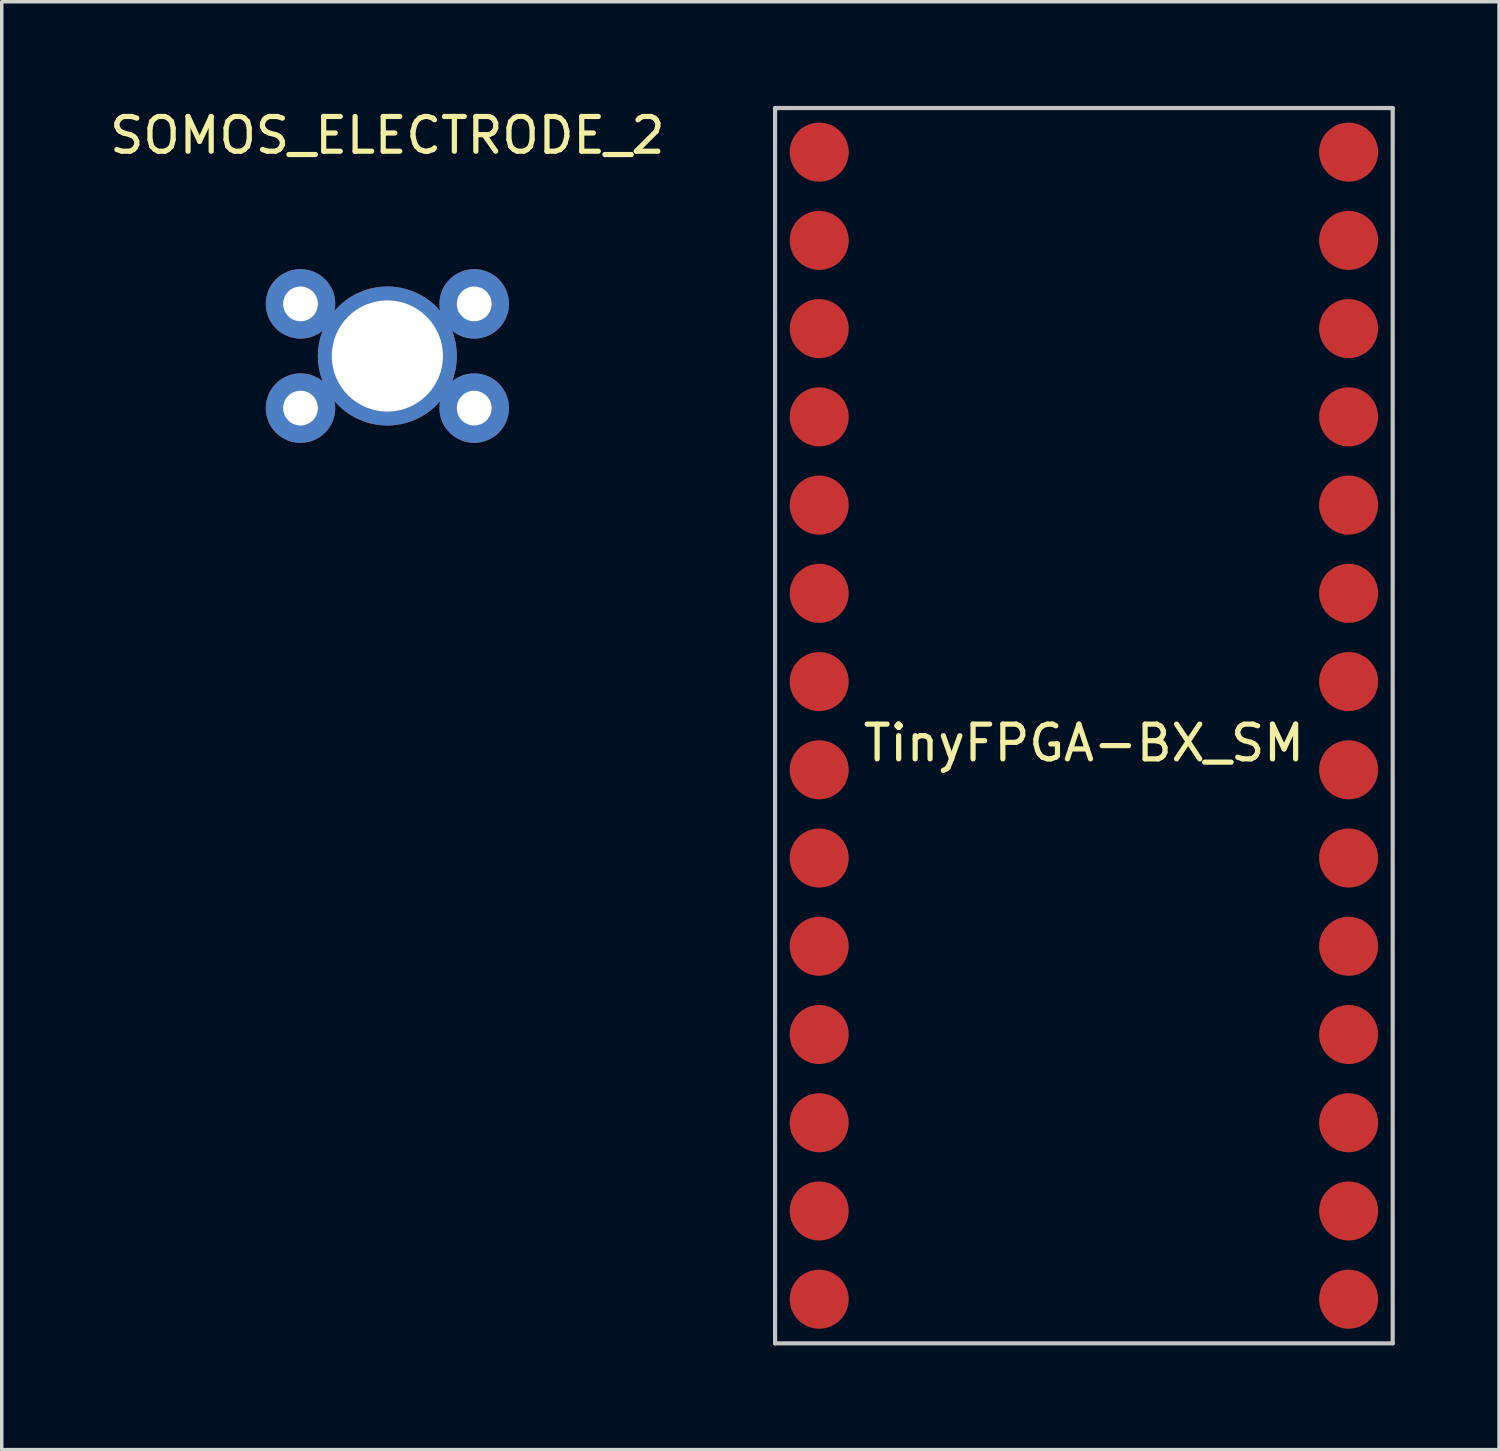
<source format=kicad_pcb>
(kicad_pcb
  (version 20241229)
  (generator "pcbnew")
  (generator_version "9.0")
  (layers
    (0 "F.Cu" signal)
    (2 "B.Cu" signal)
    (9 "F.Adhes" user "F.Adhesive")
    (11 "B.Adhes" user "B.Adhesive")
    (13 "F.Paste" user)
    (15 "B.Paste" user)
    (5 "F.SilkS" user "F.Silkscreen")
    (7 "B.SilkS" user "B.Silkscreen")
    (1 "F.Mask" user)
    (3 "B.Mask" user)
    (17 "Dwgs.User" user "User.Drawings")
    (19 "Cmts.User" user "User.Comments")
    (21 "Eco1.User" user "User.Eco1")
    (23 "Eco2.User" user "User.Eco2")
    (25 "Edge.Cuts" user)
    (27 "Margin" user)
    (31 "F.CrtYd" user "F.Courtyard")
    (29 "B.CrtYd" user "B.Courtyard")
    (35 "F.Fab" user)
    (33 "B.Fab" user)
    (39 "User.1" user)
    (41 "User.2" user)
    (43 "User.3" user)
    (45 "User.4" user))
  (footprint "TinyFPGA-BX_SM"
    (layer "F.Cu")
    (at 28.152 17.84)
    (property "Reference" "TinyFPGA-BX_SM" (at 0 0.5 0) (layer "F.SilkS") (effects (font (size 1 1) (thickness 0.15))))
    (attr through_hole)
    (fp_line (start -8.89 -17.78) (end 8.89 -17.78) (stroke (width 0.12) (type solid)) (layer "Dwgs.User"))
    (fp_line (start -8.89 17.78) (end -8.89 -17.78) (stroke (width 0.12) (type solid)) (layer "Dwgs.User"))
    (fp_line (start 8.89 -17.78) (end 8.89 17.78) (stroke (width 0.12) (type solid)) (layer "Dwgs.User"))
    (fp_line (start 8.89 17.78) (end -8.89 17.78) (stroke (width 0.12) (type solid)) (layer "Dwgs.User"))
    (pad "0" smd circle (at -7.62 -16.51) (size 1.7 1.7) (layers "F.Cu" "F.Mask" "F.Paste"))
    (pad "1" smd circle (at -7.62 -13.97) (size 1.7 1.7) (layers "F.Cu" "F.Mask" "F.Paste"))
    (pad "2" smd circle (at -7.62 -11.43) (size 1.7 1.7) (layers "F.Cu" "F.Mask" "F.Paste"))
    (pad "3" smd circle (at -7.62 -8.89) (size 1.7 1.7) (layers "F.Cu" "F.Mask" "F.Paste"))
    (pad "4" smd circle (at -7.62 -6.35) (size 1.7 1.7) (layers "F.Cu" "F.Mask" "F.Paste"))
    (pad "5" smd circle (at -7.62 -3.81) (size 1.7 1.7) (layers "F.Cu" "F.Mask" "F.Paste"))
    (pad "6" smd circle (at -7.62 -1.27) (size 1.7 1.7) (layers "F.Cu" "F.Mask" "F.Paste"))
    (pad "7" smd circle (at -7.62 1.27) (size 1.7 1.7) (layers "F.Cu" "F.Mask" "F.Paste"))
    (pad "8" smd circle (at -7.62 3.81) (size 1.7 1.7) (layers "F.Cu" "F.Mask" "F.Paste"))
    (pad "9" smd circle (at -7.62 6.35) (size 1.7 1.7) (layers "F.Cu" "F.Mask" "F.Paste"))
    (pad "10" smd circle (at -7.62 8.89) (size 1.7 1.7) (layers "F.Cu" "F.Mask" "F.Paste"))
    (pad "11" smd circle (at -7.62 11.43) (size 1.7 1.7) (layers "F.Cu" "F.Mask" "F.Paste"))
    (pad "12" smd circle (at -7.62 13.97) (size 1.7 1.7) (layers "F.Cu" "F.Mask" "F.Paste"))
    (pad "13" smd circle (at -7.62 16.51) (size 1.7 1.7) (layers "F.Cu" "F.Mask" "F.Paste"))
    (pad "14" smd circle (at 7.62 16.51) (size 1.7 1.7) (layers "F.Cu" "F.Mask" "F.Paste"))
    (pad "15" smd circle (at 7.62 13.97) (size 1.7 1.7) (layers "F.Cu" "F.Mask" "F.Paste"))
    (pad "16" smd circle (at 7.62 11.43) (size 1.7 1.7) (layers "F.Cu" "F.Mask" "F.Paste"))
    (pad "17" smd circle (at 7.62 8.89) (size 1.7 1.7) (layers "F.Cu" "F.Mask" "F.Paste"))
    (pad "18" smd circle (at 7.62 6.35) (size 1.7 1.7) (layers "F.Cu" "F.Mask" "F.Paste"))
    (pad "19" smd circle (at 7.62 3.81) (size 1.7 1.7) (layers "F.Cu" "F.Mask" "F.Paste"))
    (pad "20" smd circle (at 7.62 1.27) (size 1.7 1.7) (layers "F.Cu" "F.Mask" "F.Paste"))
    (pad "21" smd circle (at 7.62 -1.27) (size 1.7 1.7) (layers "F.Cu" "F.Mask" "F.Paste"))
    (pad "22" smd circle (at 7.62 -3.81) (size 1.7 1.7) (layers "F.Cu" "F.Mask" "F.Paste"))
    (pad "23" smd circle (at 7.62 -6.35) (size 1.7 1.7) (layers "F.Cu" "F.Mask" "F.Paste"))
    (pad "24" smd circle (at 7.62 -8.89) (size 1.7 1.7) (layers "F.Cu" "F.Mask" "F.Paste"))
    (pad "25" smd circle (at 7.62 -11.43) (size 1.7 1.7) (layers "F.Cu" "F.Mask" "F.Paste"))
    (pad "26" smd circle (at 7.62 -13.97) (size 1.7 1.7) (layers "F.Cu" "F.Mask" "F.Paste"))
    (pad "27" smd circle (at 7.62 -16.51) (size 1.7 1.7) (layers "F.Cu" "F.Mask" "F.Paste")))
  (footprint "SOMOS_ELECTRODE_2"
    (layer "F.Cu")
    (at 8.101 7.198)
    (property "Reference" "SOMOS_ELECTRODE_2" (at 0 -6.35 0) (layer "F.SilkS") (effects (font (size 1 1) (thickness 0.15))))
    (attr through_hole)
    (pad "1" thru_hole circle (at -2.5 -1.5) (size 2 2) (drill 1) (layers "*.Cu" "*.Mask"))
    (pad "1" thru_hole circle (at -2.5 1.5) (size 2 2) (drill 1) (layers "*.Cu" "*.Mask"))
    (pad "1" thru_hole circle (at 0 0) (size 4 4) (drill 3.2) (layers "*.Cu" "*.Mask"))
    (pad "1" thru_hole circle (at 2.5 -1.5) (size 2 2) (drill 1) (layers "*.Cu" "*.Mask"))
    (pad "1" thru_hole circle (at 2.5 1.5) (size 2 2) (drill 1) (layers "*.Cu" "*.Mask")))
  (gr_rect
    (start -3 -3)
    (end 40.102 38.68)
    (stroke (width 0.1) (type default))
    (fill no)
    (layer "Edge.Cuts")))
</source>
